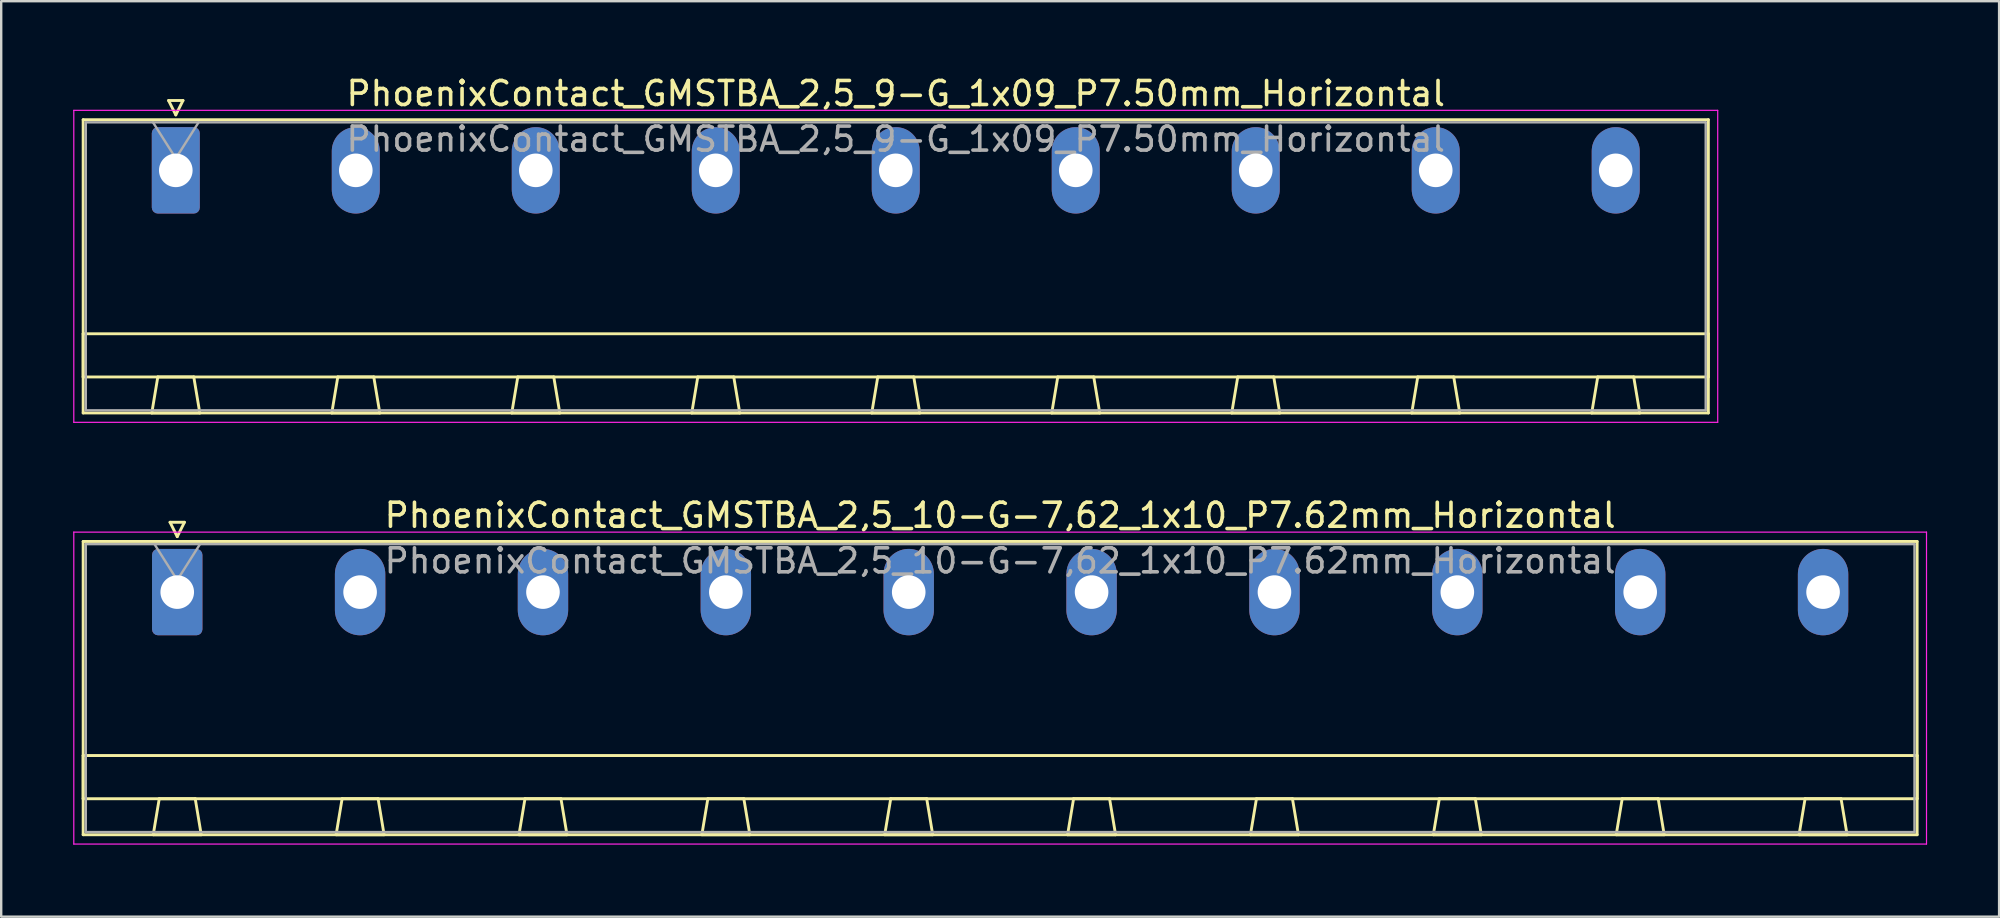
<source format=kicad_pcb>
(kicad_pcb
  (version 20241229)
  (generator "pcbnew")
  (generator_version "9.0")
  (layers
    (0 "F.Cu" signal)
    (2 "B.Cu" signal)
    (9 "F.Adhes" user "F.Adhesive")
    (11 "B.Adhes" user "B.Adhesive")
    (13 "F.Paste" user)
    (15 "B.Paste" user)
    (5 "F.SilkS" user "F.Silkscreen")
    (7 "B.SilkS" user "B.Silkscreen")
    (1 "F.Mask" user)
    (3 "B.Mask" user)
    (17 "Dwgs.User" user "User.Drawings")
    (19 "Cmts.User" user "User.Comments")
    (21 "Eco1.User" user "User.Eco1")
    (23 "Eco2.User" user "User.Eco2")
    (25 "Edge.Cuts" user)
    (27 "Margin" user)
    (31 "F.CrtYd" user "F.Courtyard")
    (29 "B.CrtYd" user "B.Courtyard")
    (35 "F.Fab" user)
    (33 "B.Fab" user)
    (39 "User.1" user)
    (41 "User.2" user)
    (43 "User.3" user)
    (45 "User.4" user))
  (footprint "PhoenixContact_GMSTBA_2,5_9-G_1x09_P7.50mm_Horizontal"
    (layer "F.Cu")
    (at 4.275 4.048)
    (property "Reference" "PhoenixContact_GMSTBA_2,5_9-G_1x09_P7.50mm_Horizontal" (at 30 -3.2 0) (layer "F.SilkS") (effects (font (size 1 1) (thickness 0.15))))
    (attr through_hole)
    (fp_line (start -3.86 -2.11) (end -3.86 10.11) (stroke (width 0.12) (type solid)) (layer "F.SilkS"))
    (fp_line (start -3.86 6.81) (end 63.86 6.81) (stroke (width 0.12) (type solid)) (layer "F.SilkS"))
    (fp_line (start -3.86 8.61) (end -3.86 6.81) (stroke (width 0.12) (type solid)) (layer "F.SilkS"))
    (fp_line (start -3.86 10.11) (end 63.86 10.11) (stroke (width 0.12) (type solid)) (layer "F.SilkS"))
    (fp_line (start -1 10.11) (end 1 10.11) (stroke (width 0.12) (type solid)) (layer "F.SilkS"))
    (fp_line (start -0.75 8.61) (end -1 10.11) (stroke (width 0.12) (type solid)) (layer "F.SilkS"))
    (fp_line (start -0.3 -2.91) (end 0.3 -2.91) (stroke (width 0.12) (type solid)) (layer "F.SilkS"))
    (fp_line (start 0 -2.31) (end -0.3 -2.91) (stroke (width 0.12) (type solid)) (layer "F.SilkS"))
    (fp_line (start 0.3 -2.91) (end 0 -2.31) (stroke (width 0.12) (type solid)) (layer "F.SilkS"))
    (fp_line (start 0.75 8.61) (end -0.75 8.61) (stroke (width 0.12) (type solid)) (layer "F.SilkS"))
    (fp_line (start 1 10.11) (end 0.75 8.61) (stroke (width 0.12) (type solid)) (layer "F.SilkS"))
    (fp_line (start 6.5 10.11) (end 8.5 10.11) (stroke (width 0.12) (type solid)) (layer "F.SilkS"))
    (fp_line (start 6.75 8.61) (end 6.5 10.11) (stroke (width 0.12) (type solid)) (layer "F.SilkS"))
    (fp_line (start 8.25 8.61) (end 6.75 8.61) (stroke (width 0.12) (type solid)) (layer "F.SilkS"))
    (fp_line (start 8.5 10.11) (end 8.25 8.61) (stroke (width 0.12) (type solid)) (layer "F.SilkS"))
    (fp_line (start 14 10.11) (end 16 10.11) (stroke (width 0.12) (type solid)) (layer "F.SilkS"))
    (fp_line (start 14.25 8.61) (end 14 10.11) (stroke (width 0.12) (type solid)) (layer "F.SilkS"))
    (fp_line (start 15.75 8.61) (end 14.25 8.61) (stroke (width 0.12) (type solid)) (layer "F.SilkS"))
    (fp_line (start 16 10.11) (end 15.75 8.61) (stroke (width 0.12) (type solid)) (layer "F.SilkS"))
    (fp_line (start 21.5 10.11) (end 23.5 10.11) (stroke (width 0.12) (type solid)) (layer "F.SilkS"))
    (fp_line (start 21.75 8.61) (end 21.5 10.11) (stroke (width 0.12) (type solid)) (layer "F.SilkS"))
    (fp_line (start 23.25 8.61) (end 21.75 8.61) (stroke (width 0.12) (type solid)) (layer "F.SilkS"))
    (fp_line (start 23.5 10.11) (end 23.25 8.61) (stroke (width 0.12) (type solid)) (layer "F.SilkS"))
    (fp_line (start 29 10.11) (end 31 10.11) (stroke (width 0.12) (type solid)) (layer "F.SilkS"))
    (fp_line (start 29.25 8.61) (end 29 10.11) (stroke (width 0.12) (type solid)) (layer "F.SilkS"))
    (fp_line (start 30.75 8.61) (end 29.25 8.61) (stroke (width 0.12) (type solid)) (layer "F.SilkS"))
    (fp_line (start 31 10.11) (end 30.75 8.61) (stroke (width 0.12) (type solid)) (layer "F.SilkS"))
    (fp_line (start 36.5 10.11) (end 38.5 10.11) (stroke (width 0.12) (type solid)) (layer "F.SilkS"))
    (fp_line (start 36.75 8.61) (end 36.5 10.11) (stroke (width 0.12) (type solid)) (layer "F.SilkS"))
    (fp_line (start 38.25 8.61) (end 36.75 8.61) (stroke (width 0.12) (type solid)) (layer "F.SilkS"))
    (fp_line (start 38.5 10.11) (end 38.25 8.61) (stroke (width 0.12) (type solid)) (layer "F.SilkS"))
    (fp_line (start 44 10.11) (end 46 10.11) (stroke (width 0.12) (type solid)) (layer "F.SilkS"))
    (fp_line (start 44.25 8.61) (end 44 10.11) (stroke (width 0.12) (type solid)) (layer "F.SilkS"))
    (fp_line (start 45.75 8.61) (end 44.25 8.61) (stroke (width 0.12) (type solid)) (layer "F.SilkS"))
    (fp_line (start 46 10.11) (end 45.75 8.61) (stroke (width 0.12) (type solid)) (layer "F.SilkS"))
    (fp_line (start 51.5 10.11) (end 53.5 10.11) (stroke (width 0.12) (type solid)) (layer "F.SilkS"))
    (fp_line (start 51.75 8.61) (end 51.5 10.11) (stroke (width 0.12) (type solid)) (layer "F.SilkS"))
    (fp_line (start 53.25 8.61) (end 51.75 8.61) (stroke (width 0.12) (type solid)) (layer "F.SilkS"))
    (fp_line (start 53.5 10.11) (end 53.25 8.61) (stroke (width 0.12) (type solid)) (layer "F.SilkS"))
    (fp_line (start 59 10.11) (end 61 10.11) (stroke (width 0.12) (type solid)) (layer "F.SilkS"))
    (fp_line (start 59.25 8.61) (end 59 10.11) (stroke (width 0.12) (type solid)) (layer "F.SilkS"))
    (fp_line (start 60.75 8.61) (end 59.25 8.61) (stroke (width 0.12) (type solid)) (layer "F.SilkS"))
    (fp_line (start 61 10.11) (end 60.75 8.61) (stroke (width 0.12) (type solid)) (layer "F.SilkS"))
    (fp_line (start 63.86 -2.11) (end -3.86 -2.11) (stroke (width 0.12) (type solid)) (layer "F.SilkS"))
    (fp_line (start 63.86 6.81) (end 63.86 8.61) (stroke (width 0.12) (type solid)) (layer "F.SilkS"))
    (fp_line (start 63.86 8.61) (end -3.86 8.61) (stroke (width 0.12) (type solid)) (layer "F.SilkS"))
    (fp_line (start 63.86 10.11) (end 63.86 -2.11) (stroke (width 0.12) (type solid)) (layer "F.SilkS"))
    (fp_line (start -4.25 -2.5) (end -4.25 10.5) (stroke (width 0.05) (type solid)) (layer "F.CrtYd"))
    (fp_line (start -4.25 10.5) (end 64.25 10.5) (stroke (width 0.05) (type solid)) (layer "F.CrtYd"))
    (fp_line (start 64.25 -2.5) (end -4.25 -2.5) (stroke (width 0.05) (type solid)) (layer "F.CrtYd"))
    (fp_line (start 64.25 10.5) (end 64.25 -2.5) (stroke (width 0.05) (type solid)) (layer "F.CrtYd"))
    (fp_line (start -3.75 -2) (end -3.75 10) (stroke (width 0.1) (type solid)) (layer "F.Fab"))
    (fp_line (start -3.75 10) (end 63.75 10) (stroke (width 0.1) (type solid)) (layer "F.Fab"))
    (fp_line (start 0 -0.5) (end -0.95 -2) (stroke (width 0.1) (type solid)) (layer "F.Fab"))
    (fp_line (start 0.95 -2) (end 0 -0.5) (stroke (width 0.1) (type solid)) (layer "F.Fab"))
    (fp_line (start 63.75 -2) (end -3.75 -2) (stroke (width 0.1) (type solid)) (layer "F.Fab"))
    (fp_line (start 63.75 10) (end 63.75 -2) (stroke (width 0.1) (type solid)) (layer "F.Fab"))
    (fp_text user "${REFERENCE}" (at 30 -1.3 0) (layer "F.Fab") (effects (font (size 1 1) (thickness 0.15))))
    (pad "1" thru_hole roundrect (at 0 0) (size 2 3.6) (drill 1.4) (layers "*.Cu" "*.Mask") (roundrect_rratio 0.125))
    (pad "2" thru_hole oval (at 7.5 0) (size 2 3.6) (drill 1.4) (layers "*.Cu" "*.Mask"))
    (pad "3" thru_hole oval (at 15 0) (size 2 3.6) (drill 1.4) (layers "*.Cu" "*.Mask"))
    (pad "4" thru_hole oval (at 22.5 0) (size 2 3.6) (drill 1.4) (layers "*.Cu" "*.Mask"))
    (pad "5" thru_hole oval (at 30 0) (size 2 3.6) (drill 1.4) (layers "*.Cu" "*.Mask"))
    (pad "6" thru_hole oval (at 37.5 0) (size 2 3.6) (drill 1.4) (layers "*.Cu" "*.Mask"))
    (pad "7" thru_hole oval (at 45 0) (size 2 3.6) (drill 1.4) (layers "*.Cu" "*.Mask"))
    (pad "8" thru_hole oval (at 52.5 0) (size 2 3.6) (drill 1.4) (layers "*.Cu" "*.Mask"))
    (pad "9" thru_hole oval (at 60 0) (size 2 3.6) (drill 1.4) (layers "*.Cu" "*.Mask")))
  (footprint "PhoenixContact_GMSTBA_2,5_10-G-7,62_1x10_P7.62mm_Horizontal"
    (layer "F.Cu")
    (at 4.335 21.622)
    (property "Reference" "PhoenixContact_GMSTBA_2,5_10-G-7,62_1x10_P7.62mm_Horizontal" (at 34.29 -3.2 0) (layer "F.SilkS") (effects (font (size 1 1) (thickness 0.15))))
    (attr through_hole)
    (fp_line (start -3.92 -2.11) (end -3.92 10.11) (stroke (width 0.12) (type solid)) (layer "F.SilkS"))
    (fp_line (start -3.92 6.81) (end 72.5 6.81) (stroke (width 0.12) (type solid)) (layer "F.SilkS"))
    (fp_line (start -3.92 8.61) (end -3.92 6.81) (stroke (width 0.12) (type solid)) (layer "F.SilkS"))
    (fp_line (start -3.92 10.11) (end 72.5 10.11) (stroke (width 0.12) (type solid)) (layer "F.SilkS"))
    (fp_line (start -1 10.11) (end 1 10.11) (stroke (width 0.12) (type solid)) (layer "F.SilkS"))
    (fp_line (start -0.75 8.61) (end -1 10.11) (stroke (width 0.12) (type solid)) (layer "F.SilkS"))
    (fp_line (start -0.3 -2.91) (end 0.3 -2.91) (stroke (width 0.12) (type solid)) (layer "F.SilkS"))
    (fp_line (start 0 -2.31) (end -0.3 -2.91) (stroke (width 0.12) (type solid)) (layer "F.SilkS"))
    (fp_line (start 0.3 -2.91) (end 0 -2.31) (stroke (width 0.12) (type solid)) (layer "F.SilkS"))
    (fp_line (start 0.75 8.61) (end -0.75 8.61) (stroke (width 0.12) (type solid)) (layer "F.SilkS"))
    (fp_line (start 1 10.11) (end 0.75 8.61) (stroke (width 0.12) (type solid)) (layer "F.SilkS"))
    (fp_line (start 6.62 10.11) (end 8.62 10.11) (stroke (width 0.12) (type solid)) (layer "F.SilkS"))
    (fp_line (start 6.87 8.61) (end 6.62 10.11) (stroke (width 0.12) (type solid)) (layer "F.SilkS"))
    (fp_line (start 8.37 8.61) (end 6.87 8.61) (stroke (width 0.12) (type solid)) (layer "F.SilkS"))
    (fp_line (start 8.62 10.11) (end 8.37 8.61) (stroke (width 0.12) (type solid)) (layer "F.SilkS"))
    (fp_line (start 14.24 10.11) (end 16.24 10.11) (stroke (width 0.12) (type solid)) (layer "F.SilkS"))
    (fp_line (start 14.49 8.61) (end 14.24 10.11) (stroke (width 0.12) (type solid)) (layer "F.SilkS"))
    (fp_line (start 15.99 8.61) (end 14.49 8.61) (stroke (width 0.12) (type solid)) (layer "F.SilkS"))
    (fp_line (start 16.24 10.11) (end 15.99 8.61) (stroke (width 0.12) (type solid)) (layer "F.SilkS"))
    (fp_line (start 21.86 10.11) (end 23.86 10.11) (stroke (width 0.12) (type solid)) (layer "F.SilkS"))
    (fp_line (start 22.11 8.61) (end 21.86 10.11) (stroke (width 0.12) (type solid)) (layer "F.SilkS"))
    (fp_line (start 23.61 8.61) (end 22.11 8.61) (stroke (width 0.12) (type solid)) (layer "F.SilkS"))
    (fp_line (start 23.86 10.11) (end 23.61 8.61) (stroke (width 0.12) (type solid)) (layer "F.SilkS"))
    (fp_line (start 29.48 10.11) (end 31.48 10.11) (stroke (width 0.12) (type solid)) (layer "F.SilkS"))
    (fp_line (start 29.73 8.61) (end 29.48 10.11) (stroke (width 0.12) (type solid)) (layer "F.SilkS"))
    (fp_line (start 31.23 8.61) (end 29.73 8.61) (stroke (width 0.12) (type solid)) (layer "F.SilkS"))
    (fp_line (start 31.48 10.11) (end 31.23 8.61) (stroke (width 0.12) (type solid)) (layer "F.SilkS"))
    (fp_line (start 37.1 10.11) (end 39.1 10.11) (stroke (width 0.12) (type solid)) (layer "F.SilkS"))
    (fp_line (start 37.35 8.61) (end 37.1 10.11) (stroke (width 0.12) (type solid)) (layer "F.SilkS"))
    (fp_line (start 38.85 8.61) (end 37.35 8.61) (stroke (width 0.12) (type solid)) (layer "F.SilkS"))
    (fp_line (start 39.1 10.11) (end 38.85 8.61) (stroke (width 0.12) (type solid)) (layer "F.SilkS"))
    (fp_line (start 44.72 10.11) (end 46.72 10.11) (stroke (width 0.12) (type solid)) (layer "F.SilkS"))
    (fp_line (start 44.97 8.61) (end 44.72 10.11) (stroke (width 0.12) (type solid)) (layer "F.SilkS"))
    (fp_line (start 46.47 8.61) (end 44.97 8.61) (stroke (width 0.12) (type solid)) (layer "F.SilkS"))
    (fp_line (start 46.72 10.11) (end 46.47 8.61) (stroke (width 0.12) (type solid)) (layer "F.SilkS"))
    (fp_line (start 52.34 10.11) (end 54.34 10.11) (stroke (width 0.12) (type solid)) (layer "F.SilkS"))
    (fp_line (start 52.59 8.61) (end 52.34 10.11) (stroke (width 0.12) (type solid)) (layer "F.SilkS"))
    (fp_line (start 54.09 8.61) (end 52.59 8.61) (stroke (width 0.12) (type solid)) (layer "F.SilkS"))
    (fp_line (start 54.34 10.11) (end 54.09 8.61) (stroke (width 0.12) (type solid)) (layer "F.SilkS"))
    (fp_line (start 59.96 10.11) (end 61.96 10.11) (stroke (width 0.12) (type solid)) (layer "F.SilkS"))
    (fp_line (start 60.21 8.61) (end 59.96 10.11) (stroke (width 0.12) (type solid)) (layer "F.SilkS"))
    (fp_line (start 61.71 8.61) (end 60.21 8.61) (stroke (width 0.12) (type solid)) (layer "F.SilkS"))
    (fp_line (start 61.96 10.11) (end 61.71 8.61) (stroke (width 0.12) (type solid)) (layer "F.SilkS"))
    (fp_line (start 67.58 10.11) (end 69.58 10.11) (stroke (width 0.12) (type solid)) (layer "F.SilkS"))
    (fp_line (start 67.83 8.61) (end 67.58 10.11) (stroke (width 0.12) (type solid)) (layer "F.SilkS"))
    (fp_line (start 69.33 8.61) (end 67.83 8.61) (stroke (width 0.12) (type solid)) (layer "F.SilkS"))
    (fp_line (start 69.58 10.11) (end 69.33 8.61) (stroke (width 0.12) (type solid)) (layer "F.SilkS"))
    (fp_line (start 72.5 -2.11) (end -3.92 -2.11) (stroke (width 0.12) (type solid)) (layer "F.SilkS"))
    (fp_line (start 72.5 6.81) (end 72.5 8.61) (stroke (width 0.12) (type solid)) (layer "F.SilkS"))
    (fp_line (start 72.5 8.61) (end -3.92 8.61) (stroke (width 0.12) (type solid)) (layer "F.SilkS"))
    (fp_line (start 72.5 10.11) (end 72.5 -2.11) (stroke (width 0.12) (type solid)) (layer "F.SilkS"))
    (fp_line (start -4.31 -2.5) (end -4.31 10.5) (stroke (width 0.05) (type solid)) (layer "F.CrtYd"))
    (fp_line (start -4.31 10.5) (end 72.89 10.5) (stroke (width 0.05) (type solid)) (layer "F.CrtYd"))
    (fp_line (start 72.89 -2.5) (end -4.31 -2.5) (stroke (width 0.05) (type solid)) (layer "F.CrtYd"))
    (fp_line (start 72.89 10.5) (end 72.89 -2.5) (stroke (width 0.05) (type solid)) (layer "F.CrtYd"))
    (fp_line (start -3.81 -2) (end -3.81 10) (stroke (width 0.1) (type solid)) (layer "F.Fab"))
    (fp_line (start -3.81 10) (end 72.39 10) (stroke (width 0.1) (type solid)) (layer "F.Fab"))
    (fp_line (start 0 -0.5) (end -0.95 -2) (stroke (width 0.1) (type solid)) (layer "F.Fab"))
    (fp_line (start 0.95 -2) (end 0 -0.5) (stroke (width 0.1) (type solid)) (layer "F.Fab"))
    (fp_line (start 72.39 -2) (end -3.81 -2) (stroke (width 0.1) (type solid)) (layer "F.Fab"))
    (fp_line (start 72.39 10) (end 72.39 -2) (stroke (width 0.1) (type solid)) (layer "F.Fab"))
    (fp_text user "${REFERENCE}" (at 34.29 -1.3 0) (layer "F.Fab") (effects (font (size 1 1) (thickness 0.15))))
    (pad "1" thru_hole roundrect (at 0 0) (size 2.1 3.6) (drill 1.4) (layers "*.Cu" "*.Mask") (roundrect_rratio 0.119))
    (pad "2" thru_hole oval (at 7.62 0) (size 2.1 3.6) (drill 1.4) (layers "*.Cu" "*.Mask"))
    (pad "3" thru_hole oval (at 15.24 0) (size 2.1 3.6) (drill 1.4) (layers "*.Cu" "*.Mask"))
    (pad "4" thru_hole oval (at 22.86 0) (size 2.1 3.6) (drill 1.4) (layers "*.Cu" "*.Mask"))
    (pad "5" thru_hole oval (at 30.48 0) (size 2.1 3.6) (drill 1.4) (layers "*.Cu" "*.Mask"))
    (pad "6" thru_hole oval (at 38.1 0) (size 2.1 3.6) (drill 1.4) (layers "*.Cu" "*.Mask"))
    (pad "7" thru_hole oval (at 45.72 0) (size 2.1 3.6) (drill 1.4) (layers "*.Cu" "*.Mask"))
    (pad "8" thru_hole oval (at 53.34 0) (size 2.1 3.6) (drill 1.4) (layers "*.Cu" "*.Mask"))
    (pad "9" thru_hole oval (at 60.96 0) (size 2.1 3.6) (drill 1.4) (layers "*.Cu" "*.Mask"))
    (pad "10" thru_hole oval (at 68.58 0) (size 2.1 3.6) (drill 1.4) (layers "*.Cu" "*.Mask")))
  (gr_rect
    (start -3 -3)
    (end 80.25 35.147)
    (stroke (width 0.1) (type default))
    (fill no)
    (layer "Edge.Cuts")))
</source>
